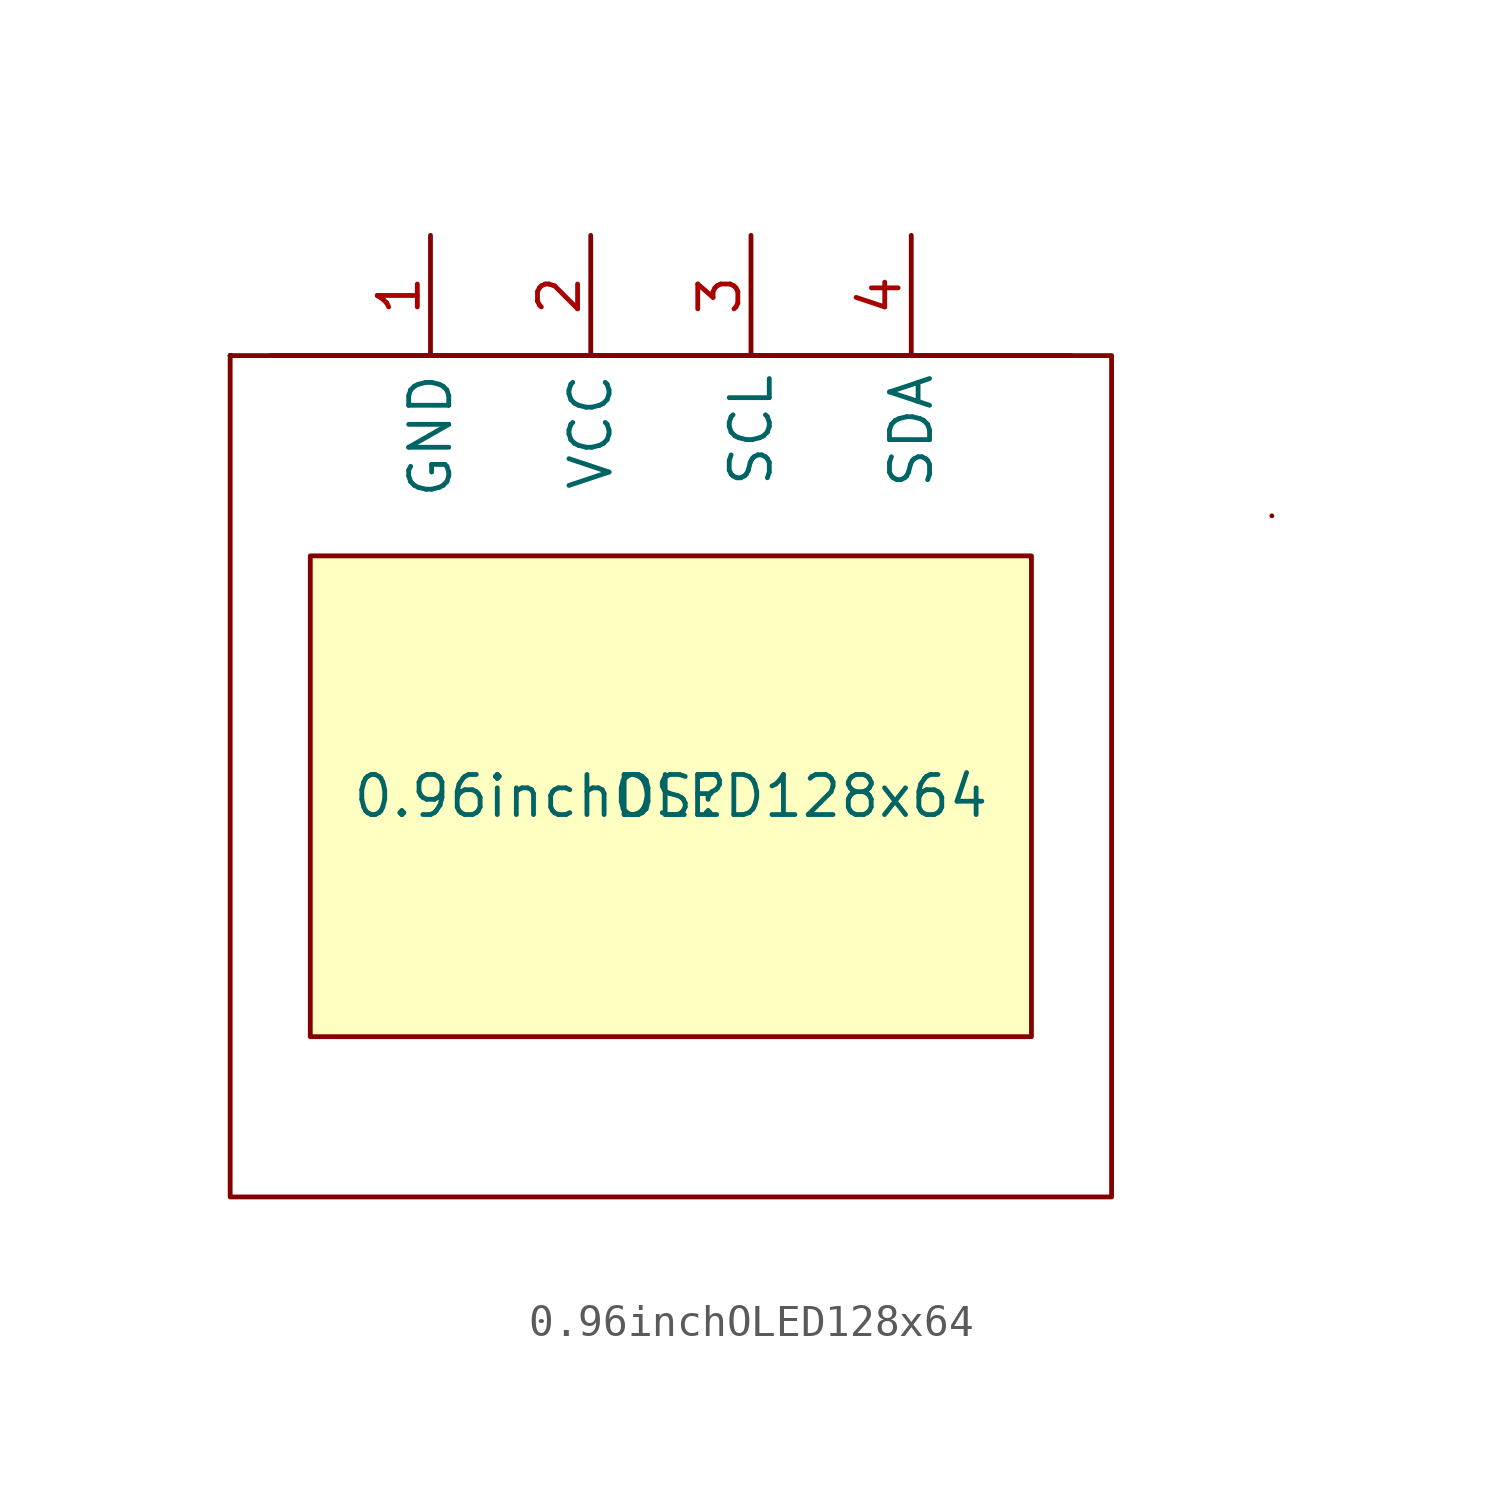
<source format=kicad_sym>
(kicad_symbol_lib
  (version 20211014)
  (generator kicad_symbol_editor)
  (symbol "0.96inchOLED128x64"
    (property "Reference" "DS"
      (at 0 0 0)
      (effects (font (size 1.27 1.27))))
    (property "Value" "0.96inchOLED128x64"
      (at 0 0 0)
      (effects (font (size 1.27 1.27))))
    (symbol "0.96inchOLED128x64_0_1"
      (rectangle (start -13.97 13.97) (end -13.97 13.97) (stroke (width 0) (type default) (color 0 0 0 0)) (fill (type none)))
      (rectangle (start -13.97 13.97) (end -13.97 13.97) (stroke (width 0) (type default) (color 0 0 0 0)) (fill (type none)))
      (rectangle (start -13.97 13.97) (end -13.97 13.97) (stroke (width 0) (type default) (color 0 0 0 0)) (fill (type none)))
      (rectangle (start -13.97 13.97) (end 13.97 -12.7) (stroke (width 0) (type default) (color 0 0 0 0)) (fill (type none)))
      (rectangle (start -12.7 13.97) (end 12.7 13.97) (stroke (width 0) (type default) (color 0 0 0 0)) (fill (type none)))
      (rectangle (start -11.43 7.62) (end 11.43 -7.62) (stroke (width 0) (type default) (color 0 0 0 0)) (fill (type background)))
      (rectangle (start 19.05 8.89) (end 19.05 8.89) (stroke (width 0) (type default) (color 0 0 0 0)) (fill (type none))))
    (symbol "0.96inchOLED128x64_1_1"
      (pin power_in line (at -7.62 17.78 270) (length 3.81) (name "GND" (effects (font (size 1.27 1.27)))) (number "1" (effects (font (size 1.27 1.27)))))
      (pin power_in line (at -2.54 17.78 270) (length 3.81) (name "VCC" (effects (font (size 1.27 1.27)))) (number "2" (effects (font (size 1.27 1.27)))))
      (pin bidirectional line (at 2.54 17.78 270) (length 3.81) (name "SCL" (effects (font (size 1.27 1.27)))) (number "3" (effects (font (size 1.27 1.27)))))
      (pin bidirectional line (at 7.62 17.78 270) (length 3.81) (name "SDA" (effects (font (size 1.27 1.27)))) (number "4" (effects (font (size 1.27 1.27))))))))
</source>
